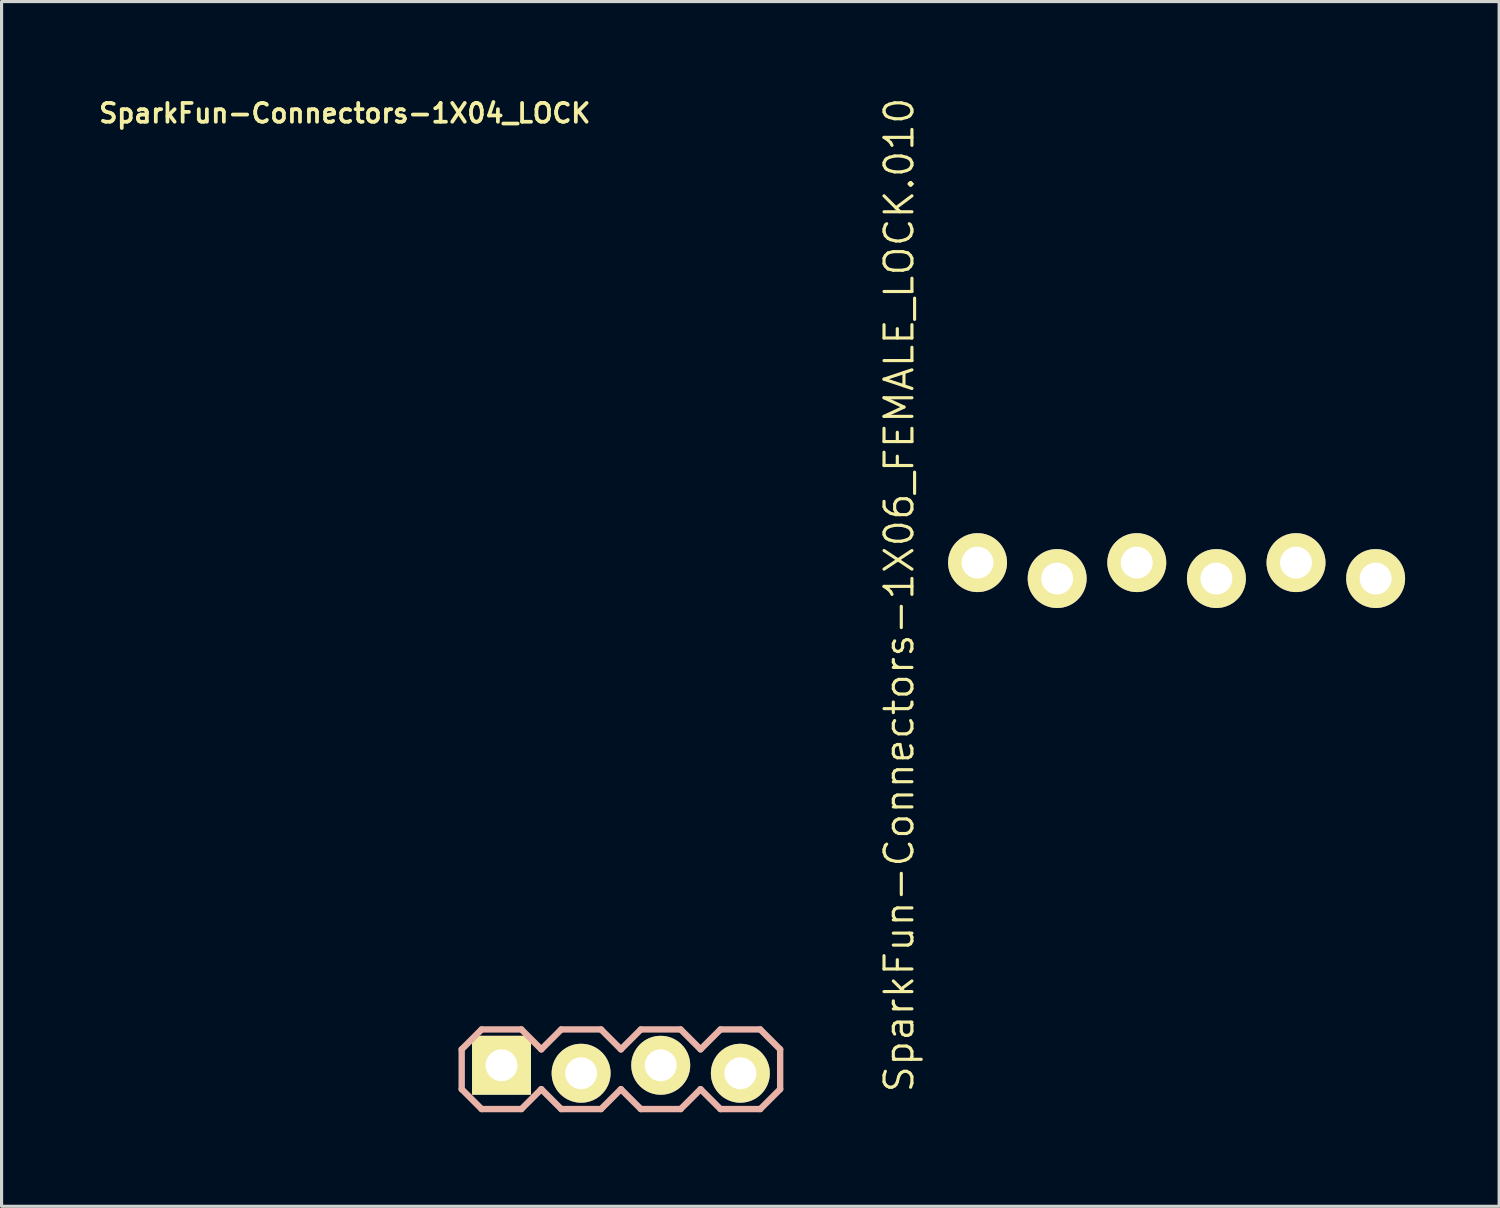
<source format=kicad_pcb>
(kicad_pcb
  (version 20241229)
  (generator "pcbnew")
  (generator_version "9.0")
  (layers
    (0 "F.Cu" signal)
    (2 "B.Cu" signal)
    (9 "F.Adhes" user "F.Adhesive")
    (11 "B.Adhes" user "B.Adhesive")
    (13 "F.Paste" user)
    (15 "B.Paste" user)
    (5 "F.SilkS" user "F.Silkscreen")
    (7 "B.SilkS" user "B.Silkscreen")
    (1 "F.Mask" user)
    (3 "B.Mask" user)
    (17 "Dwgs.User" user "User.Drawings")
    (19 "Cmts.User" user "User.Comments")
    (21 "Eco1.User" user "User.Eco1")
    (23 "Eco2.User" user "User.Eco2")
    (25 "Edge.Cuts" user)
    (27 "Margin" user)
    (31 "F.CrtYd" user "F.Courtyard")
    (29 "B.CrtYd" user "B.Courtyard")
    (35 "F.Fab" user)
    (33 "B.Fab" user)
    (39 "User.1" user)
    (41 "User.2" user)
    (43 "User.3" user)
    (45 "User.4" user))
  (footprint "SparkFun-Connectors-1X04_LOCK"
    (layer "F.Cu")
    (at 12.949 31.062)
    (property "Reference" "SparkFun-Connectors-1X04_LOCK" (at -5 -30.5 0) (layer "F.SilkS") (effects (font (size 0.6 0.6) (thickness 0.12))))
    (attr exclude_from_pos_files exclude_from_bom)
    (fp_line (start -1.27 -0.635) (end -0.635 -1.27) (stroke (width 0.15) (type solid)) (layer "F.SilkS"))
    (fp_line (start -1.27 0.635) (end -1.27 -0.635) (stroke (width 0.15) (type solid)) (layer "F.SilkS"))
    (fp_line (start -0.635 -1.27) (end 0.635 -1.27) (stroke (width 0.15) (type solid)) (layer "F.SilkS"))
    (fp_line (start -0.635 1.27) (end -1.27 0.635) (stroke (width 0.15) (type solid)) (layer "F.SilkS"))
    (fp_line (start -0.254 -0.254) (end 0.254 -0.254) (stroke (width 0.066) (type solid)) (layer "F.SilkS"))
    (fp_line (start -0.254 0.254) (end -0.254 -0.254) (stroke (width 0.066) (type solid)) (layer "F.SilkS"))
    (fp_line (start -0.254 0.254) (end 0.254 0.254) (stroke (width 0.066) (type solid)) (layer "F.SilkS"))
    (fp_line (start 0.254 0.254) (end 0.254 -0.254) (stroke (width 0.066) (type solid)) (layer "F.SilkS"))
    (fp_line (start 0.635 -1.27) (end 1.27 -0.635) (stroke (width 0.15) (type solid)) (layer "F.SilkS"))
    (fp_line (start 0.635 1.27) (end -0.635 1.27) (stroke (width 0.15) (type solid)) (layer "F.SilkS"))
    (fp_line (start 1.27 -0.635) (end 1.905 -1.27) (stroke (width 0.15) (type solid)) (layer "F.SilkS"))
    (fp_line (start 1.27 0.635) (end 0.635 1.27) (stroke (width 0.15) (type solid)) (layer "F.SilkS"))
    (fp_line (start 1.905 -1.27) (end 3.175 -1.27) (stroke (width 0.15) (type solid)) (layer "F.SilkS"))
    (fp_line (start 1.905 1.27) (end 1.27 0.635) (stroke (width 0.15) (type solid)) (layer "F.SilkS"))
    (fp_line (start 2.286 -0.254) (end 2.794 -0.254) (stroke (width 0.066) (type solid)) (layer "F.SilkS"))
    (fp_line (start 2.286 0.254) (end 2.286 -0.254) (stroke (width 0.066) (type solid)) (layer "F.SilkS"))
    (fp_line (start 2.286 0.254) (end 2.794 0.254) (stroke (width 0.066) (type solid)) (layer "F.SilkS"))
    (fp_line (start 2.794 0.254) (end 2.794 -0.254) (stroke (width 0.066) (type solid)) (layer "F.SilkS"))
    (fp_line (start 3.175 -1.27) (end 3.81 -0.635) (stroke (width 0.15) (type solid)) (layer "F.SilkS"))
    (fp_line (start 3.175 1.27) (end 1.905 1.27) (stroke (width 0.15) (type solid)) (layer "F.SilkS"))
    (fp_line (start 3.81 -0.635) (end 4.445 -1.27) (stroke (width 0.15) (type solid)) (layer "F.SilkS"))
    (fp_line (start 3.81 0.635) (end 3.175 1.27) (stroke (width 0.15) (type solid)) (layer "F.SilkS"))
    (fp_line (start 4.445 -1.27) (end 5.715 -1.27) (stroke (width 0.15) (type solid)) (layer "F.SilkS"))
    (fp_line (start 4.445 1.27) (end 3.81 0.635) (stroke (width 0.15) (type solid)) (layer "F.SilkS"))
    (fp_line (start 4.826 -0.254) (end 5.334 -0.254) (stroke (width 0.066) (type solid)) (layer "F.SilkS"))
    (fp_line (start 4.826 0.254) (end 4.826 -0.254) (stroke (width 0.066) (type solid)) (layer "F.SilkS"))
    (fp_line (start 4.826 0.254) (end 5.334 0.254) (stroke (width 0.066) (type solid)) (layer "F.SilkS"))
    (fp_line (start 5.334 0.254) (end 5.334 -0.254) (stroke (width 0.066) (type solid)) (layer "F.SilkS"))
    (fp_line (start 5.715 -1.27) (end 6.35 -0.635) (stroke (width 0.15) (type solid)) (layer "F.SilkS"))
    (fp_line (start 5.715 1.27) (end 4.445 1.27) (stroke (width 0.15) (type solid)) (layer "F.SilkS"))
    (fp_line (start 6.35 -0.635) (end 6.985 -1.27) (stroke (width 0.15) (type solid)) (layer "F.SilkS"))
    (fp_line (start 6.35 0.635) (end 5.715 1.27) (stroke (width 0.15) (type solid)) (layer "F.SilkS"))
    (fp_line (start 6.985 -1.27) (end 8.255 -1.27) (stroke (width 0.15) (type solid)) (layer "F.SilkS"))
    (fp_line (start 6.985 1.27) (end 6.35 0.635) (stroke (width 0.15) (type solid)) (layer "F.SilkS"))
    (fp_line (start 7.366 -0.254) (end 7.874 -0.254) (stroke (width 0.066) (type solid)) (layer "F.SilkS"))
    (fp_line (start 7.366 0.254) (end 7.366 -0.254) (stroke (width 0.066) (type solid)) (layer "F.SilkS"))
    (fp_line (start 7.366 0.254) (end 7.874 0.254) (stroke (width 0.066) (type solid)) (layer "F.SilkS"))
    (fp_line (start 7.874 0.254) (end 7.874 -0.254) (stroke (width 0.066) (type solid)) (layer "F.SilkS"))
    (fp_line (start 8.255 -1.27) (end 8.89 -0.635) (stroke (width 0.15) (type solid)) (layer "F.SilkS"))
    (fp_line (start 8.255 1.27) (end 6.985 1.27) (stroke (width 0.15) (type solid)) (layer "F.SilkS"))
    (fp_line (start 8.89 -0.635) (end 8.89 0.635) (stroke (width 0.15) (type solid)) (layer "F.SilkS"))
    (fp_line (start 8.89 0.635) (end 8.255 1.27) (stroke (width 0.15) (type solid)) (layer "F.SilkS"))
    (fp_line (start -1.27 -0.635) (end -1.27 0.635) (stroke (width 0.203) (type solid)) (layer "B.SilkS"))
    (fp_line (start -1.27 0.635) (end -0.635 1.27) (stroke (width 0.203) (type solid)) (layer "B.SilkS"))
    (fp_line (start -0.635 -1.27) (end -1.27 -0.635) (stroke (width 0.203) (type solid)) (layer "B.SilkS"))
    (fp_line (start -0.635 -1.27) (end 0.635 -1.27) (stroke (width 0.203) (type solid)) (layer "B.SilkS"))
    (fp_line (start 0.635 -1.27) (end 1.27 -0.635) (stroke (width 0.203) (type solid)) (layer "B.SilkS"))
    (fp_line (start 0.635 1.27) (end -0.635 1.27) (stroke (width 0.203) (type solid)) (layer "B.SilkS"))
    (fp_line (start 1.27 -0.635) (end 1.905 -1.27) (stroke (width 0.203) (type solid)) (layer "B.SilkS"))
    (fp_line (start 1.27 0.635) (end 0.635 1.27) (stroke (width 0.203) (type solid)) (layer "B.SilkS"))
    (fp_line (start 1.905 -1.27) (end 3.175 -1.27) (stroke (width 0.203) (type solid)) (layer "B.SilkS"))
    (fp_line (start 1.905 1.27) (end 1.27 0.635) (stroke (width 0.203) (type solid)) (layer "B.SilkS"))
    (fp_line (start 3.175 -1.27) (end 3.81 -0.635) (stroke (width 0.203) (type solid)) (layer "B.SilkS"))
    (fp_line (start 3.175 1.27) (end 1.905 1.27) (stroke (width 0.203) (type solid)) (layer "B.SilkS"))
    (fp_line (start 3.81 -0.635) (end 4.445 -1.27) (stroke (width 0.203) (type solid)) (layer "B.SilkS"))
    (fp_line (start 3.81 0.635) (end 3.175 1.27) (stroke (width 0.203) (type solid)) (layer "B.SilkS"))
    (fp_line (start 4.445 -1.27) (end 5.715 -1.27) (stroke (width 0.203) (type solid)) (layer "B.SilkS"))
    (fp_line (start 4.445 1.27) (end 3.81 0.635) (stroke (width 0.203) (type solid)) (layer "B.SilkS"))
    (fp_line (start 5.715 -1.27) (end 6.35 -0.635) (stroke (width 0.203) (type solid)) (layer "B.SilkS"))
    (fp_line (start 5.715 1.27) (end 4.445 1.27) (stroke (width 0.203) (type solid)) (layer "B.SilkS"))
    (fp_line (start 6.35 0.635) (end 5.715 1.27) (stroke (width 0.203) (type solid)) (layer "B.SilkS"))
    (fp_line (start 6.35 0.635) (end 6.985 1.27) (stroke (width 0.203) (type solid)) (layer "B.SilkS"))
    (fp_line (start 6.985 -1.27) (end 6.35 -0.635) (stroke (width 0.203) (type solid)) (layer "B.SilkS"))
    (fp_line (start 6.985 -1.27) (end 8.255 -1.27) (stroke (width 0.203) (type solid)) (layer "B.SilkS"))
    (fp_line (start 8.255 -1.27) (end 8.89 -0.635) (stroke (width 0.203) (type solid)) (layer "B.SilkS"))
    (fp_line (start 8.255 1.27) (end 6.985 1.27) (stroke (width 0.203) (type solid)) (layer "B.SilkS"))
    (fp_line (start 8.89 -0.635) (end 8.89 0.635) (stroke (width 0.203) (type solid)) (layer "B.SilkS"))
    (fp_line (start 8.89 0.635) (end 8.255 1.27) (stroke (width 0.203) (type solid)) (layer "B.SilkS"))
    (pad "1" thru_hole rect (at 0 -0.127) (size 1.88 1.88) (drill 1.016) (layers "*.Cu" "*.Mask" "F.SilkS" "F.Paste"))
    (pad "2" thru_hole circle (at 2.54 0.127) (size 1.88 1.88) (drill 1.016) (layers "*.Cu" "*.Mask" "F.SilkS" "F.Paste"))
    (pad "3" thru_hole circle (at 5.08 -0.127) (size 1.88 1.88) (drill 1.016) (layers "*.Cu" "*.Mask" "F.SilkS" "F.Paste"))
    (pad "4" thru_hole circle (at 7.62 0.127) (size 1.88 1.88) (drill 1.016) (layers "*.Cu" "*.Mask" "F.SilkS" "F.Paste")))
  (footprint "SparkFun-Connectors-1X06_FEMALE_LOCK.010"
    (layer "F.Cu")
    (at 28.136 15.153)
    (property "Reference" "SparkFun-Connectors-1X06_FEMALE_LOCK.010" (at -2.5 0.78 90) (layer "F.SilkS") (effects (font (size 0.89 0.89) (thickness 0.1))))
    (attr exclude_from_pos_files exclude_from_bom)
    (fp_line (start -0.318 -0.191) (end 0.318 -0.191) (stroke (width 0.066) (type solid)) (layer "F.SilkS"))
    (fp_line (start -0.318 0.191) (end -0.318 -0.191) (stroke (width 0.066) (type solid)) (layer "F.SilkS"))
    (fp_line (start -0.318 0.191) (end 0.318 0.191) (stroke (width 0.066) (type solid)) (layer "F.SilkS"))
    (fp_line (start 0.318 0.191) (end 0.318 -0.191) (stroke (width 0.066) (type solid)) (layer "F.SilkS"))
    (fp_line (start 2.223 -0.191) (end 2.857 -0.191) (stroke (width 0.066) (type solid)) (layer "F.SilkS"))
    (fp_line (start 2.223 0.191) (end 2.223 -0.191) (stroke (width 0.066) (type solid)) (layer "F.SilkS"))
    (fp_line (start 2.223 0.191) (end 2.857 0.191) (stroke (width 0.066) (type solid)) (layer "F.SilkS"))
    (fp_line (start 2.857 0.191) (end 2.857 -0.191) (stroke (width 0.066) (type solid)) (layer "F.SilkS"))
    (fp_line (start 4.763 -0.191) (end 5.397 -0.191) (stroke (width 0.066) (type solid)) (layer "F.SilkS"))
    (fp_line (start 4.763 0.191) (end 4.763 -0.191) (stroke (width 0.066) (type solid)) (layer "F.SilkS"))
    (fp_line (start 4.763 0.191) (end 5.397 0.191) (stroke (width 0.066) (type solid)) (layer "F.SilkS"))
    (fp_line (start 5.397 0.191) (end 5.397 -0.191) (stroke (width 0.066) (type solid)) (layer "F.SilkS"))
    (fp_line (start 7.303 -0.191) (end 7.938 -0.191) (stroke (width 0.066) (type solid)) (layer "F.SilkS"))
    (fp_line (start 7.303 0.191) (end 7.303 -0.191) (stroke (width 0.066) (type solid)) (layer "F.SilkS"))
    (fp_line (start 7.303 0.191) (end 7.938 0.191) (stroke (width 0.066) (type solid)) (layer "F.SilkS"))
    (fp_line (start 7.938 0.191) (end 7.938 -0.191) (stroke (width 0.066) (type solid)) (layer "F.SilkS"))
    (fp_line (start 9.842 -0.191) (end 10.477 -0.191) (stroke (width 0.066) (type solid)) (layer "F.SilkS"))
    (fp_line (start 9.842 0.191) (end 9.842 -0.191) (stroke (width 0.066) (type solid)) (layer "F.SilkS"))
    (fp_line (start 9.842 0.191) (end 10.477 0.191) (stroke (width 0.066) (type solid)) (layer "F.SilkS"))
    (fp_line (start 10.477 0.191) (end 10.477 -0.191) (stroke (width 0.066) (type solid)) (layer "F.SilkS"))
    (fp_line (start 12.383 -0.191) (end 13.018 -0.191) (stroke (width 0.066) (type solid)) (layer "F.SilkS"))
    (fp_line (start 12.383 0.191) (end 12.383 -0.191) (stroke (width 0.066) (type solid)) (layer "F.SilkS"))
    (fp_line (start 12.383 0.191) (end 13.018 0.191) (stroke (width 0.066) (type solid)) (layer "F.SilkS"))
    (fp_line (start 13.018 0.191) (end 13.018 -0.191) (stroke (width 0.066) (type solid)) (layer "F.SilkS"))
    (pad "1" thru_hole circle (at 0 -0.254) (size 1.88 1.88) (drill 1.016) (layers "*.Cu" "*.Mask" "F.SilkS"))
    (pad "2" thru_hole circle (at 2.54 0.254) (size 1.88 1.88) (drill 1.016) (layers "*.Cu" "*.Mask" "F.SilkS"))
    (pad "3" thru_hole circle (at 5.08 -0.254) (size 1.88 1.88) (drill 1.016) (layers "*.Cu" "*.Mask" "F.SilkS"))
    (pad "4" thru_hole circle (at 7.62 0.254) (size 1.88 1.88) (drill 1.016) (layers "*.Cu" "*.Mask" "F.SilkS"))
    (pad "5" thru_hole circle (at 10.16 -0.254) (size 1.88 1.88) (drill 1.016) (layers "*.Cu" "*.Mask" "F.SilkS"))
    (pad "6" thru_hole circle (at 12.7 0.254) (size 1.88 1.88) (drill 1.016) (layers "*.Cu" "*.Mask" "F.SilkS")))
  (gr_rect
    (start -3 -3)
    (end 44.776 35.433)
    (stroke (width 0.1) (type default))
    (fill no)
    (layer "Edge.Cuts")))
</source>
